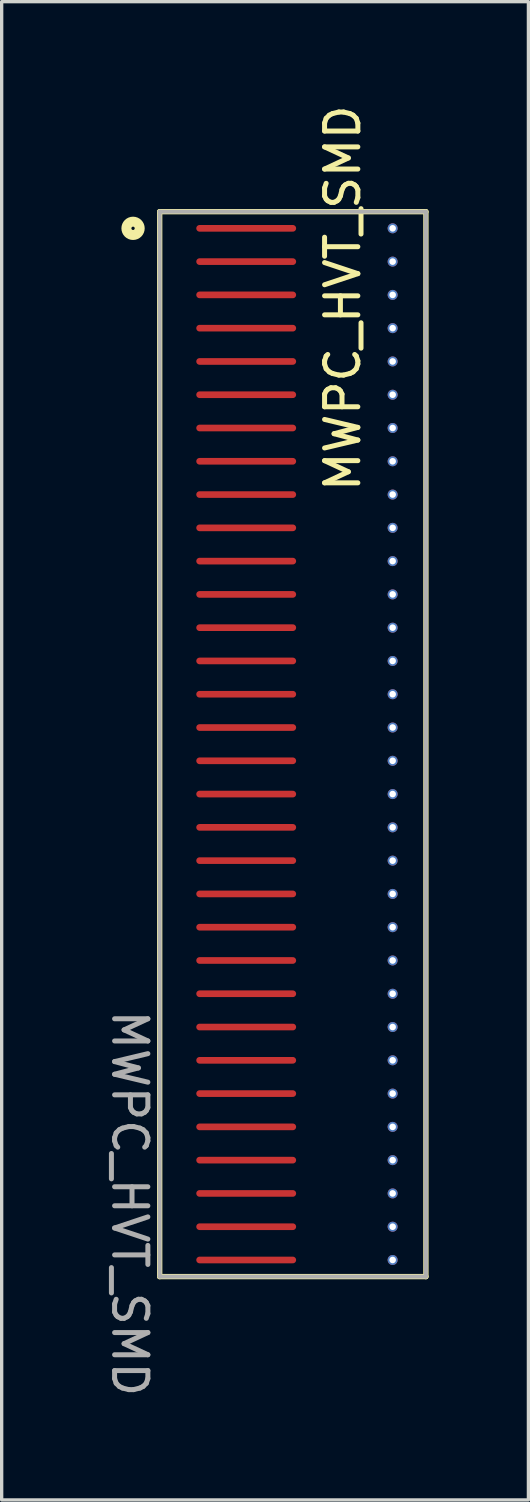
<source format=kicad_pcb>
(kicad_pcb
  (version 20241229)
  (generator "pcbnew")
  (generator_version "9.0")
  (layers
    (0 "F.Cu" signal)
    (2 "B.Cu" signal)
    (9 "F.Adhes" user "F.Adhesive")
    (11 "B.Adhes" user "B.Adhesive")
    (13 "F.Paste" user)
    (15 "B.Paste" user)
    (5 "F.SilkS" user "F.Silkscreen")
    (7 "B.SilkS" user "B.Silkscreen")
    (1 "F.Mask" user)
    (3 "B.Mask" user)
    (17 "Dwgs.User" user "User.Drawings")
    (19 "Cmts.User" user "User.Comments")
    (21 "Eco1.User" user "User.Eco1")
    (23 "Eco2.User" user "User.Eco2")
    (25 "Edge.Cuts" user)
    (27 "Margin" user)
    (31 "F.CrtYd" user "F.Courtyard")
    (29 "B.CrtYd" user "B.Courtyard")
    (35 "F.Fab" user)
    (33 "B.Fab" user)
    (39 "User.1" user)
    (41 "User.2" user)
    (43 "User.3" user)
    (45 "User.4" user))
  (footprint "MWPC_HVT_SMD"
    (layer "F.Cu")
    (at 5.748 18.311)
    (property "Reference" "MWPC_HVT_SMD" (at 1.5 -12.4 90) (unlocked yes) (layer "F.SilkS") (effects (font (size 1 1) (thickness 0.15))))
    (attr smd)
    (fp_line (start -4 -15) (end 4 -15) (stroke (width 0.16) (type solid)) (layer "F.SilkS"))
    (fp_line (start -4 17) (end -4 -15) (stroke (width 0.16) (type solid)) (layer "F.SilkS"))
    (fp_line (start 4 -15) (end 4 17) (stroke (width 0.16) (type solid)) (layer "F.SilkS"))
    (fp_line (start 4 17) (end -4 17) (stroke (width 0.16) (type solid)) (layer "F.SilkS"))
    (fp_circle (center -4.8 -14.5) (end -4.6 -14.5) (stroke (width 0.3) (type solid)) (fill no) (layer "F.SilkS"))
    (fp_line (start -4 -15) (end 4 -15) (stroke (width 0.12) (type solid)) (layer "F.Fab"))
    (fp_line (start -4 17) (end -4 -15) (stroke (width 0.12) (type solid)) (layer "F.Fab"))
    (fp_line (start 4 -15) (end 4 17) (stroke (width 0.12) (type solid)) (layer "F.Fab"))
    (fp_line (start 4 17) (end -4 17) (stroke (width 0.12) (type solid)) (layer "F.Fab"))
    (fp_text user "${REFERENCE}" (at -4.9 14.8 270) (unlocked yes) (layer "F.Fab") (effects (font (size 1 1) (thickness 0.15))))
    (pad "" thru_hole circle (at 3 -14.5) (size 0.3 0.3) (drill 0.2) (layers "*.Cu" "*.Mask"))
    (pad "" thru_hole circle (at 3 -13.5) (size 0.3 0.3) (drill 0.2) (layers "*.Cu" "*.Mask"))
    (pad "" thru_hole circle (at 3 -12.5) (size 0.3 0.3) (drill 0.2) (layers "*.Cu" "*.Mask"))
    (pad "" thru_hole circle (at 3 -11.5) (size 0.3 0.3) (drill 0.2) (layers "*.Cu" "*.Mask"))
    (pad "" thru_hole circle (at 3 -10.5) (size 0.3 0.3) (drill 0.2) (layers "*.Cu" "*.Mask"))
    (pad "" thru_hole circle (at 3 -9.5) (size 0.3 0.3) (drill 0.2) (layers "*.Cu" "*.Mask"))
    (pad "" thru_hole circle (at 3 -8.5) (size 0.3 0.3) (drill 0.2) (layers "*.Cu" "*.Mask"))
    (pad "" thru_hole circle (at 3 -7.5) (size 0.3 0.3) (drill 0.2) (layers "*.Cu" "*.Mask"))
    (pad "" thru_hole circle (at 3 -6.5) (size 0.3 0.3) (drill 0.2) (layers "*.Cu" "*.Mask"))
    (pad "" thru_hole circle (at 3 -5.5) (size 0.3 0.3) (drill 0.2) (layers "*.Cu" "*.Mask"))
    (pad "" thru_hole circle (at 3 -4.5) (size 0.3 0.3) (drill 0.2) (layers "*.Cu" "*.Mask"))
    (pad "" thru_hole circle (at 3 -3.5) (size 0.3 0.3) (drill 0.2) (layers "*.Cu" "*.Mask"))
    (pad "" thru_hole circle (at 3 -2.5) (size 0.3 0.3) (drill 0.2) (layers "*.Cu" "*.Mask"))
    (pad "" thru_hole circle (at 3 -1.5) (size 0.3 0.3) (drill 0.2) (layers "*.Cu" "*.Mask"))
    (pad "" thru_hole circle (at 3 -0.5) (size 0.3 0.3) (drill 0.2) (layers "*.Cu" "*.Mask"))
    (pad "" thru_hole circle (at 3 0.5) (size 0.3 0.3) (drill 0.2) (layers "*.Cu" "*.Mask"))
    (pad "" thru_hole circle (at 3 1.5) (size 0.3 0.3) (drill 0.2) (layers "*.Cu" "*.Mask"))
    (pad "" thru_hole circle (at 3 2.5) (size 0.3 0.3) (drill 0.2) (layers "*.Cu" "*.Mask"))
    (pad "" thru_hole circle (at 3 3.5) (size 0.3 0.3) (drill 0.2) (layers "*.Cu" "*.Mask"))
    (pad "" thru_hole circle (at 3 4.5) (size 0.3 0.3) (drill 0.2) (layers "*.Cu" "*.Mask"))
    (pad "" thru_hole circle (at 3 5.5) (size 0.3 0.3) (drill 0.2) (layers "*.Cu" "*.Mask"))
    (pad "" thru_hole circle (at 3 6.5) (size 0.3 0.3) (drill 0.2) (layers "*.Cu" "*.Mask"))
    (pad "" thru_hole circle (at 3 7.5) (size 0.3 0.3) (drill 0.2) (layers "*.Cu" "*.Mask"))
    (pad "" thru_hole circle (at 3 8.5) (size 0.3 0.3) (drill 0.2) (layers "*.Cu" "*.Mask"))
    (pad "" thru_hole circle (at 3 9.5) (size 0.3 0.3) (drill 0.2) (layers "*.Cu" "*.Mask"))
    (pad "" thru_hole circle (at 3 10.5) (size 0.3 0.3) (drill 0.2) (layers "*.Cu" "*.Mask"))
    (pad "" thru_hole circle (at 3 11.5) (size 0.3 0.3) (drill 0.2) (layers "*.Cu" "*.Mask"))
    (pad "" thru_hole circle (at 3 12.5) (size 0.3 0.3) (drill 0.2) (layers "*.Cu" "*.Mask"))
    (pad "" thru_hole circle (at 3 13.5) (size 0.3 0.3) (drill 0.2) (layers "*.Cu" "*.Mask"))
    (pad "" thru_hole circle (at 3 14.5) (size 0.3 0.3) (drill 0.2) (layers "*.Cu" "*.Mask"))
    (pad "" thru_hole circle (at 3 15.5) (size 0.3 0.3) (drill 0.2) (layers "*.Cu" "*.Mask"))
    (pad "" thru_hole circle (at 3 16.5) (size 0.3 0.3) (drill 0.2) (layers "*.Cu" "*.Mask"))
    (pad "1" smd oval (at -1.4 -14.5) (size 3 0.2) (layers "F.Cu" "F.Mask" "F.Paste"))
    (pad "2" smd oval (at -1.4 -13.5) (size 3 0.2) (layers "F.Cu" "F.Mask" "F.Paste"))
    (pad "3" smd oval (at -1.4 -12.5) (size 3 0.2) (layers "F.Cu" "F.Mask" "F.Paste"))
    (pad "4" smd oval (at -1.4 -11.5) (size 3 0.2) (layers "F.Cu" "F.Mask" "F.Paste"))
    (pad "5" smd oval (at -1.4 -10.5) (size 3 0.2) (layers "F.Cu" "F.Mask" "F.Paste"))
    (pad "6" smd oval (at -1.4 -9.5) (size 3 0.2) (layers "F.Cu" "F.Mask" "F.Paste"))
    (pad "7" smd oval (at -1.4 -8.5) (size 3 0.2) (layers "F.Cu" "F.Mask" "F.Paste"))
    (pad "8" smd oval (at -1.4 -7.5) (size 3 0.2) (layers "F.Cu" "F.Mask" "F.Paste"))
    (pad "9" smd oval (at -1.4 -6.5) (size 3 0.2) (layers "F.Cu" "F.Mask" "F.Paste"))
    (pad "10" smd oval (at -1.4 -5.5) (size 3 0.2) (layers "F.Cu" "F.Mask" "F.Paste"))
    (pad "11" smd oval (at -1.4 -4.5) (size 3 0.2) (layers "F.Cu" "F.Mask" "F.Paste"))
    (pad "12" smd oval (at -1.4 -3.5) (size 3 0.2) (layers "F.Cu" "F.Mask" "F.Paste"))
    (pad "13" smd oval (at -1.4 -2.5) (size 3 0.2) (layers "F.Cu" "F.Mask" "F.Paste"))
    (pad "14" smd oval (at -1.4 -1.5) (size 3 0.2) (layers "F.Cu" "F.Mask" "F.Paste"))
    (pad "15" smd oval (at -1.4 -0.5) (size 3 0.2) (layers "F.Cu" "F.Mask" "F.Paste"))
    (pad "16" smd oval (at -1.4 0.5) (size 3 0.2) (layers "F.Cu" "F.Mask" "F.Paste"))
    (pad "17" smd oval (at -1.4 1.5) (size 3 0.2) (layers "F.Cu" "F.Mask" "F.Paste"))
    (pad "18" smd oval (at -1.4 2.5) (size 3 0.2) (layers "F.Cu" "F.Mask" "F.Paste"))
    (pad "19" smd oval (at -1.4 3.5) (size 3 0.2) (layers "F.Cu" "F.Mask" "F.Paste"))
    (pad "20" smd oval (at -1.4 4.5) (size 3 0.2) (layers "F.Cu" "F.Mask" "F.Paste"))
    (pad "21" smd oval (at -1.4 5.5) (size 3 0.2) (layers "F.Cu" "F.Mask" "F.Paste"))
    (pad "22" smd oval (at -1.4 6.5) (size 3 0.2) (layers "F.Cu" "F.Mask" "F.Paste"))
    (pad "23" smd oval (at -1.4 7.5) (size 3 0.2) (layers "F.Cu" "F.Mask" "F.Paste"))
    (pad "24" smd oval (at -1.4 8.5) (size 3 0.2) (layers "F.Cu" "F.Mask" "F.Paste"))
    (pad "25" smd oval (at -1.4 9.5) (size 3 0.2) (layers "F.Cu" "F.Mask" "F.Paste"))
    (pad "26" smd oval (at -1.4 10.5) (size 3 0.2) (layers "F.Cu" "F.Mask" "F.Paste"))
    (pad "27" smd oval (at -1.4 11.5) (size 3 0.2) (layers "F.Cu" "F.Mask" "F.Paste"))
    (pad "28" smd oval (at -1.4 12.5) (size 3 0.2) (layers "F.Cu" "F.Mask" "F.Paste"))
    (pad "29" smd oval (at -1.4 13.5) (size 3 0.2) (layers "F.Cu" "F.Mask" "F.Paste"))
    (pad "30" smd oval (at -1.4 14.5) (size 3 0.2) (layers "F.Cu" "F.Mask" "F.Paste"))
    (pad "31" smd oval (at -1.4 15.5) (size 3 0.2) (layers "F.Cu" "F.Mask" "F.Paste"))
    (pad "32" smd oval (at -1.4 16.5) (size 3 0.2) (layers "F.Cu" "F.Mask" "F.Paste")))
  (gr_rect
    (start -3 -3)
    (end 12.828 42.021)
    (stroke (width 0.1) (type default))
    (fill no)
    (layer "Edge.Cuts")))
</source>
